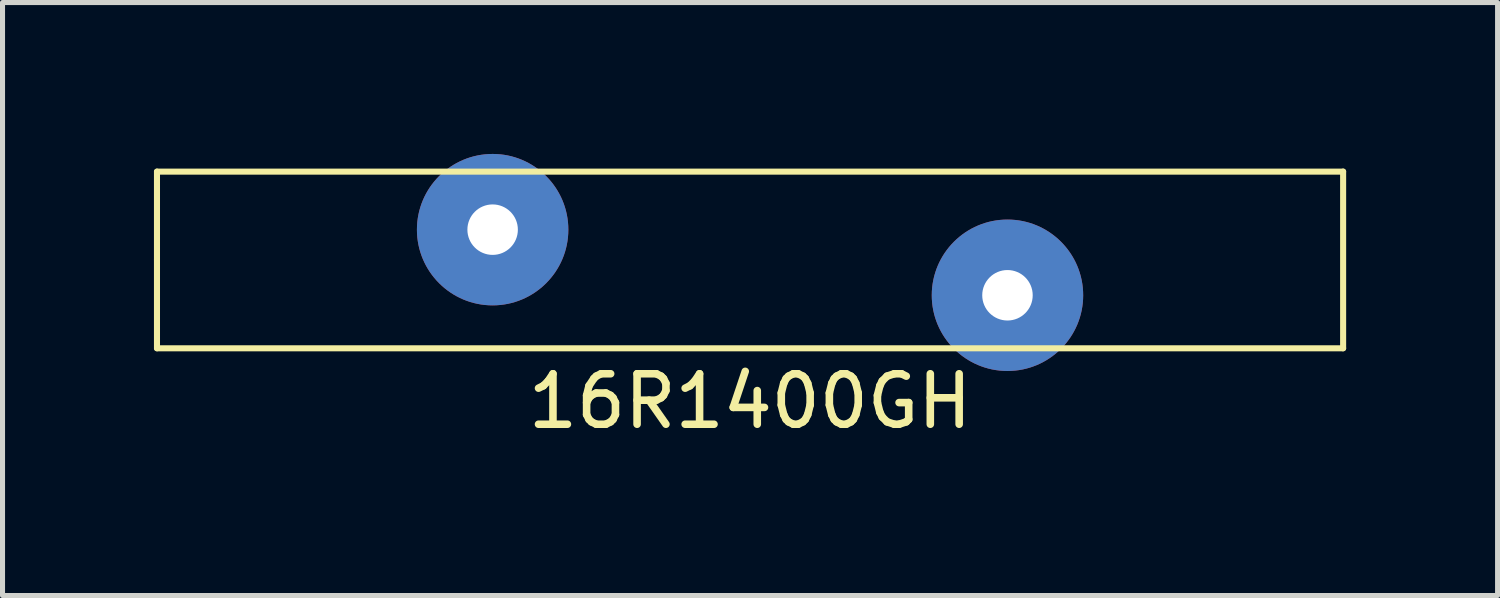
<source format=kicad_pcb>
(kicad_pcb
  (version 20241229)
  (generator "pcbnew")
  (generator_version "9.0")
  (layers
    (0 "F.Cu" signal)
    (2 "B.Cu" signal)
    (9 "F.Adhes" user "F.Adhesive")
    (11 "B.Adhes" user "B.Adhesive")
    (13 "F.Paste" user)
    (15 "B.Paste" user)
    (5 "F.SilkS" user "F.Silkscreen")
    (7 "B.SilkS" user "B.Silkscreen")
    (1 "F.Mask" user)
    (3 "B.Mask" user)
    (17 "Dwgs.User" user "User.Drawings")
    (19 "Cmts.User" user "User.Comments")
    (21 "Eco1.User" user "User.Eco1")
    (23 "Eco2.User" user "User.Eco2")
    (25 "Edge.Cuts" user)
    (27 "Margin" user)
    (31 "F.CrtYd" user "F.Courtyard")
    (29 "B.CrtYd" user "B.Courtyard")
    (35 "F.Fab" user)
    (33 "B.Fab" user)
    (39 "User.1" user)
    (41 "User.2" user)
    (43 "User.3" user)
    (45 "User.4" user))
  (footprint "16R1400GH"
    (layer "F.Cu")
    (at 11.81 2.1)
    (property "Reference" "16R1400GH" (at 0 2.8 0) (layer "F.SilkS") (effects (font (size 1 1) (thickness 0.15))))
    (attr through_hole)
    (fp_line (start -11.75 -1.75) (end 11.75 -1.75) (stroke (width 0.12) (type solid)) (layer "F.SilkS"))
    (fp_line (start -11.75 0) (end -11.75 -1.75) (stroke (width 0.12) (type solid)) (layer "F.SilkS"))
    (fp_line (start -11.75 1.75) (end -11.75 0) (stroke (width 0.12) (type solid)) (layer "F.SilkS"))
    (fp_line (start 11.75 -1.75) (end 11.75 1.75) (stroke (width 0.12) (type solid)) (layer "F.SilkS"))
    (fp_line (start 11.75 1.75) (end -11.75 1.75) (stroke (width 0.12) (type solid)) (layer "F.SilkS"))
    (pad "1" thru_hole circle (at -5.1 -0.6) (size 3 3) (drill 1) (layers "*.Cu" "*.Mask"))
    (pad "2" thru_hole circle (at 5.1 0.7) (size 3 3) (drill 1) (layers "*.Cu" "*.Mask")))
  (gr_rect
    (start -3 -3)
    (end 26.62 8.748)
    (stroke (width 0.1) (type default))
    (fill no)
    (layer "Edge.Cuts")))
</source>
